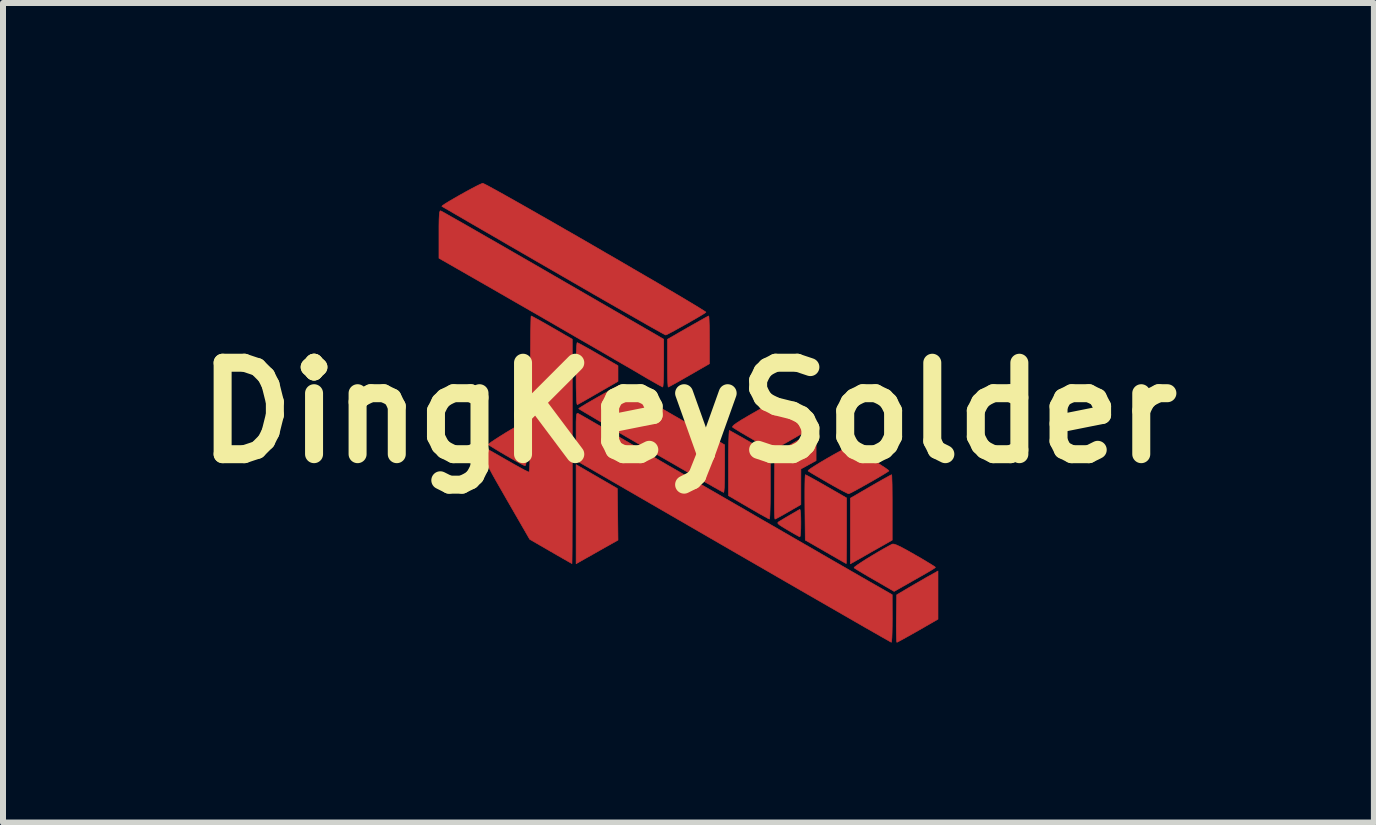
<source format=kicad_pcb>
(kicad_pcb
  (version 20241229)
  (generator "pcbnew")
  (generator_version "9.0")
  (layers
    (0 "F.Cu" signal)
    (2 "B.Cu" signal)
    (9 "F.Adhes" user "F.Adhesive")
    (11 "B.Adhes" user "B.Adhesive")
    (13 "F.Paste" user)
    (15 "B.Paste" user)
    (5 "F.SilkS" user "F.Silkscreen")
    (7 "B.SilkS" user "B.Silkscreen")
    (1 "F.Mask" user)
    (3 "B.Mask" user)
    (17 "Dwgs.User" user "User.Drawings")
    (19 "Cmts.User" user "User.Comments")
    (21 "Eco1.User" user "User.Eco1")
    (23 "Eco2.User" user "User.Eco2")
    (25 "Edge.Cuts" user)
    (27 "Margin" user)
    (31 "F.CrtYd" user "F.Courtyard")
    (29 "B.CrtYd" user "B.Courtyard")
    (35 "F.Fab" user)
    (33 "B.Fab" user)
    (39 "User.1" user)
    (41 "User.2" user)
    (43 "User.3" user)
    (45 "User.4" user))
  (footprint "DingKeySolder"
    (layer "F.Cu")
    (at 8.426 3.831)
    (property "Reference" "DingKeySolder" (at 0 0 0) (layer "F.SilkS") (effects (font (size 1.524 1.524) (thickness 0.3))))
    (attr through_hole exclude_from_pos_files exclude_from_bom)
    (fp_poly (pts (xy -1.186 1.262) (xy -1.18 1.692) (xy -1.175 2.122) (xy -1.381 2.238) (xy -1.484 2.296) (xy -1.591 2.357) (xy -1.687 2.411) (xy -1.73 2.435) (xy -1.873 2.516) (xy -1.873 0.864) (xy -1.186 1.262)) (stroke (width 0.01) (type solid)) (fill yes) (layer "F.Cu"))
    (fp_poly (pts (xy 4.159 3.44) (xy 3.824 3.633) (xy 3.716 3.694) (xy 3.621 3.747) (xy 3.545 3.789) (xy 3.494 3.816) (xy 3.474 3.826) (xy 3.47 3.806) (xy 3.467 3.75) (xy 3.465 3.665) (xy 3.464 3.557) (xy 3.465 3.433) (xy 3.465 3.43) (xy 3.471 3.034) (xy 3.679 2.911) (xy 3.78 2.852) (xy 3.885 2.792) (xy 3.977 2.738) (xy 4.023 2.713) (xy 4.159 2.637) (xy 4.159 3.44)) (stroke (width 0.01) (type solid)) (fill yes) (layer "F.Cu"))
    (fp_poly (pts (xy 3.389 1.052) (xy 3.391 1.109) (xy 3.394 1.197) (xy 3.395 1.311) (xy 3.396 1.444) (xy 3.396 1.577) (xy 3.396 2.122) (xy 3.148 2.263) (xy 3.045 2.321) (xy 2.946 2.378) (xy 2.862 2.426) (xy 2.802 2.459) (xy 2.799 2.461) (xy 2.699 2.517) (xy 2.699 1.423) (xy 3.036 1.227) (xy 3.144 1.165) (xy 3.239 1.111) (xy 3.315 1.069) (xy 3.366 1.041) (xy 3.386 1.032) (xy 3.389 1.052)) (stroke (width 0.01) (type solid)) (fill yes) (layer "F.Cu"))
    (fp_poly (pts (xy 2.127 0.797) (xy 2 0.867) (xy 1.874 0.936) (xy 1.873 1.233) (xy 1.873 1.53) (xy 1.664 1.651) (xy 1.58 1.699) (xy 1.51 1.738) (xy 1.461 1.764) (xy 1.442 1.772) (xy 1.438 1.752) (xy 1.435 1.695) (xy 1.433 1.607) (xy 1.432 1.493) (xy 1.433 1.36) (xy 1.433 1.228) (xy 1.439 0.683) (xy 1.704 0.528) (xy 1.806 0.469) (xy 1.902 0.414) (xy 1.982 0.368) (xy 2.038 0.337) (xy 2.048 0.332) (xy 2.127 0.29) (xy 2.127 0.797)) (stroke (width 0.01) (type solid)) (fill yes) (layer "F.Cu"))
    (fp_poly (pts (xy 0.341 -1.594) (xy 0.344 -1.538) (xy 0.347 -1.453) (xy 0.348 -1.345) (xy 0.349 -1.221) (xy 0.349 -1.216) (xy 0.349 -0.818) (xy 0.011 -0.623) (xy -0.096 -0.562) (xy -0.191 -0.508) (xy -0.267 -0.466) (xy -0.318 -0.438) (xy -0.338 -0.429) (xy -0.341 -0.449) (xy -0.345 -0.505) (xy -0.347 -0.59) (xy -0.349 -0.698) (xy -0.349 -0.822) (xy -0.349 -1.226) (xy -0.012 -1.42) (xy 0.096 -1.481) (xy 0.191 -1.535) (xy 0.266 -1.577) (xy 0.317 -1.605) (xy 0.337 -1.614) (xy 0.341 -1.594)) (stroke (width 0.01) (type solid)) (fill yes) (layer "F.Cu"))
    (fp_poly (pts (xy 1.863 1.625) (xy 1.869 1.676) (xy 1.872 1.752) (xy 1.873 1.835) (xy 1.872 1.928) (xy 1.868 2.004) (xy 1.863 2.053) (xy 1.857 2.067) (xy 1.833 2.056) (xy 1.782 2.028) (xy 1.711 1.987) (xy 1.653 1.953) (xy 1.57 1.903) (xy 1.517 1.869) (xy 1.492 1.846) (xy 1.489 1.831) (xy 1.503 1.817) (xy 1.516 1.809) (xy 1.555 1.786) (xy 1.616 1.749) (xy 1.688 1.707) (xy 1.759 1.666) (xy 1.818 1.631) (xy 1.854 1.611) (xy 1.857 1.609) (xy 1.863 1.625)) (stroke (width 0.01) (type solid)) (fill yes) (layer "F.Cu"))
    (fp_poly (pts (xy -1.832 -1.16) (xy -1.778 -1.131) (xy -1.7 -1.088) (xy -1.604 -1.034) (xy -1.506 -0.977) (xy -1.175 -0.785) (xy -1.175 -0.655) (xy -1.175 -0.524) (xy -1.505 -0.334) (xy -1.612 -0.272) (xy -1.706 -0.218) (xy -1.782 -0.175) (xy -1.834 -0.146) (xy -1.854 -0.136) (xy -1.86 -0.154) (xy -1.865 -0.211) (xy -1.869 -0.302) (xy -1.872 -0.425) (xy -1.873 -0.574) (xy -1.873 -0.649) (xy -1.873 -0.793) (xy -1.871 -0.921) (xy -1.868 -1.028) (xy -1.864 -1.109) (xy -1.859 -1.158) (xy -1.855 -1.17) (xy -1.832 -1.16)) (stroke (width 0.01) (type solid)) (fill yes) (layer "F.Cu"))
    (fp_poly (pts (xy 0.706 0.307) (xy 0.76 0.337) (xy 0.838 0.381) (xy 0.934 0.435) (xy 1.032 0.492) (xy 1.364 0.682) (xy 1.364 1.227) (xy 1.364 1.374) (xy 1.363 1.506) (xy 1.36 1.617) (xy 1.357 1.702) (xy 1.353 1.755) (xy 1.349 1.771) (xy 1.327 1.761) (xy 1.274 1.732) (xy 1.196 1.689) (xy 1.101 1.634) (xy 1 1.576) (xy 0.667 1.381) (xy 0.667 0.834) (xy 0.667 0.688) (xy 0.669 0.556) (xy 0.672 0.446) (xy 0.675 0.362) (xy 0.679 0.31) (xy 0.683 0.294) (xy 0.706 0.307)) (stroke (width 0.01) (type solid)) (fill yes) (layer "F.Cu"))
    (fp_poly (pts (xy 1.97 1.042) (xy 2.022 1.07) (xy 2.099 1.112) (xy 2.195 1.166) (xy 2.298 1.225) (xy 2.635 1.419) (xy 2.635 1.966) (xy 2.635 2.113) (xy 2.634 2.245) (xy 2.633 2.357) (xy 2.632 2.442) (xy 2.631 2.496) (xy 2.63 2.513) (xy 2.611 2.503) (xy 2.561 2.475) (xy 2.486 2.432) (xy 2.392 2.378) (xy 2.286 2.317) (xy 1.947 2.122) (xy 1.941 1.577) (xy 1.94 1.43) (xy 1.94 1.298) (xy 1.941 1.186) (xy 1.943 1.101) (xy 1.946 1.048) (xy 1.949 1.032) (xy 1.97 1.042)) (stroke (width 0.01) (type solid)) (fill yes) (layer "F.Cu"))
    (fp_poly (pts (xy -2.711 0.164) (xy -2.706 0.217) (xy -2.702 0.3) (xy -2.7 0.405) (xy -2.699 0.511) (xy -2.7 0.652) (xy -2.702 0.755) (xy -2.706 0.825) (xy -2.713 0.865) (xy -2.722 0.881) (xy -2.725 0.882) (xy -2.752 0.871) (xy -2.808 0.842) (xy -2.887 0.799) (xy -2.98 0.745) (xy -3.036 0.713) (xy -3.135 0.655) (xy -3.221 0.603) (xy -3.288 0.562) (xy -3.329 0.535) (xy -3.337 0.529) (xy -3.324 0.515) (xy -3.282 0.484) (xy -3.216 0.44) (xy -3.135 0.388) (xy -3.045 0.332) (xy -2.953 0.277) (xy -2.866 0.226) (xy -2.792 0.183) (xy -2.736 0.154) (xy -2.717 0.146) (xy -2.711 0.164)) (stroke (width 0.01) (type solid)) (fill yes) (layer "F.Cu"))
    (fp_poly (pts (xy 1.41 -0.163) (xy 1.461 -0.137) (xy 1.535 -0.098) (xy 1.623 -0.049) (xy 1.72 0.005) (xy 1.818 0.062) (xy 1.91 0.115) (xy 1.989 0.163) (xy 2.048 0.2) (xy 2.08 0.222) (xy 2.084 0.227) (xy 2.066 0.241) (xy 2.015 0.273) (xy 1.936 0.32) (xy 1.833 0.38) (xy 1.711 0.451) (xy 1.573 0.528) (xy 1.491 0.574) (xy 1.395 0.628) (xy 1.078 0.446) (xy 0.973 0.385) (xy 0.879 0.33) (xy 0.804 0.284) (xy 0.754 0.253) (xy 0.736 0.241) (xy 0.736 0.226) (xy 0.758 0.203) (xy 0.806 0.168) (xy 0.884 0.118) (xy 0.996 0.052) (xy 1.041 0.026) (xy 1.148 -0.035) (xy 1.242 -0.089) (xy 1.318 -0.132) (xy 1.368 -0.161) (xy 1.388 -0.171) (xy 1.41 -0.163)) (stroke (width 0.01) (type solid)) (fill yes) (layer "F.Cu"))
    (fp_poly (pts (xy 3.468 2.203) (xy 3.537 2.235) (xy 3.634 2.287) (xy 3.763 2.36) (xy 3.775 2.367) (xy 3.883 2.429) (xy 3.976 2.485) (xy 4.05 2.53) (xy 4.099 2.561) (xy 4.116 2.575) (xy 4.116 2.575) (xy 4.112 2.581) (xy 4.096 2.593) (xy 4.066 2.612) (xy 4.018 2.641) (xy 3.948 2.682) (xy 3.851 2.737) (xy 3.726 2.808) (xy 3.567 2.898) (xy 3.428 2.977) (xy 3.104 2.789) (xy 2.997 2.728) (xy 2.903 2.672) (xy 2.828 2.627) (xy 2.778 2.596) (xy 2.76 2.583) (xy 2.772 2.568) (xy 2.815 2.536) (xy 2.881 2.492) (xy 2.965 2.438) (xy 3.06 2.38) (xy 3.159 2.321) (xy 3.256 2.265) (xy 3.345 2.216) (xy 3.398 2.188) (xy 3.423 2.188) (xy 3.468 2.203)) (stroke (width 0.01) (type solid)) (fill yes) (layer "F.Cu"))
    (fp_poly (pts (xy 2.697 0.579) (xy 2.714 0.585) (xy 2.776 0.616) (xy 2.856 0.66) (xy 2.946 0.712) (xy 3.041 0.768) (xy 3.133 0.824) (xy 3.216 0.877) (xy 3.283 0.921) (xy 3.327 0.953) (xy 3.341 0.969) (xy 3.34 0.969) (xy 3.313 0.988) (xy 3.257 1.023) (xy 3.18 1.069) (xy 3.089 1.122) (xy 2.992 1.177) (xy 2.896 1.231) (xy 2.809 1.279) (xy 2.737 1.318) (xy 2.688 1.342) (xy 2.67 1.349) (xy 2.644 1.339) (xy 2.588 1.311) (xy 2.509 1.269) (xy 2.412 1.215) (xy 2.328 1.167) (xy 2.223 1.106) (xy 2.13 1.052) (xy 2.057 1.009) (xy 2.009 0.979) (xy 1.993 0.969) (xy 2.005 0.953) (xy 2.048 0.921) (xy 2.118 0.876) (xy 2.209 0.82) (xy 2.315 0.758) (xy 2.318 0.756) (xy 2.439 0.687) (xy 2.529 0.638) (xy 2.595 0.604) (xy 2.641 0.585) (xy 2.673 0.578) (xy 2.697 0.579)) (stroke (width 0.01) (type solid)) (fill yes) (layer "F.Cu"))
    (fp_poly (pts (xy -4.11 -3.356) (xy -4.054 -3.325) (xy -3.967 -3.275) (xy -3.85 -3.209) (xy -3.706 -3.127) (xy -3.539 -3.031) (xy -3.349 -2.922) (xy -3.141 -2.803) (xy -2.916 -2.673) (xy -2.676 -2.535) (xy -2.425 -2.39) (xy -2.259 -2.294) (xy -0.413 -1.227) (xy -0.413 -0.828) (xy -0.414 -0.703) (xy -0.416 -0.595) (xy -0.419 -0.509) (xy -0.424 -0.452) (xy -0.429 -0.43) (xy -0.429 -0.43) (xy -0.451 -0.441) (xy -0.504 -0.469) (xy -0.581 -0.513) (xy -0.676 -0.567) (xy -0.773 -0.624) (xy -0.888 -0.692) (xy -1.036 -0.778) (xy -1.213 -0.88) (xy -1.413 -0.997) (xy -1.633 -1.124) (xy -1.869 -1.26) (xy -2.116 -1.403) (xy -2.37 -1.55) (xy -2.627 -1.698) (xy -2.883 -1.845) (xy -3.133 -1.989) (xy -3.373 -2.127) (xy -3.457 -2.175) (xy -4.159 -2.577) (xy -4.159 -2.976) (xy -4.159 -3.119) (xy -4.157 -3.226) (xy -4.153 -3.299) (xy -4.148 -3.343) (xy -4.14 -3.364) (xy -4.132 -3.367) (xy -4.11 -3.356)) (stroke (width 0.01) (type solid)) (fill yes) (layer "F.Cu"))
    (fp_poly (pts (xy -1.12 -0.45) (xy -1.065 -0.421) (xy -0.98 -0.374) (xy -0.871 -0.313) (xy -0.739 -0.238) (xy -0.589 -0.153) (xy -0.425 -0.059) (xy -0.259 0.037) (xy 0.603 0.534) (xy 0.603 0.931) (xy 0.602 1.055) (xy 0.6 1.164) (xy 0.597 1.249) (xy 0.592 1.306) (xy 0.587 1.327) (xy 0.587 1.327) (xy 0.567 1.317) (xy 0.512 1.287) (xy 0.428 1.24) (xy 0.316 1.176) (xy 0.179 1.099) (xy 0.022 1.009) (xy -0.154 0.908) (xy -0.345 0.798) (xy -0.547 0.682) (xy -0.629 0.634) (xy -0.836 0.515) (xy -1.031 0.402) (xy -1.211 0.297) (xy -1.375 0.202) (xy -1.518 0.118) (xy -1.638 0.047) (xy -1.731 -0.008) (xy -1.796 -0.047) (xy -1.827 -0.067) (xy -1.83 -0.069) (xy -1.813 -0.083) (xy -1.765 -0.113) (xy -1.695 -0.156) (xy -1.608 -0.206) (xy -1.512 -0.261) (xy -1.415 -0.316) (xy -1.323 -0.368) (xy -1.243 -0.412) (xy -1.182 -0.443) (xy -1.147 -0.46) (xy -1.142 -0.461) (xy -1.12 -0.45)) (stroke (width 0.01) (type solid)) (fill yes) (layer "F.Cu"))
    (fp_poly (pts (xy -1.838 0.012) (xy -1.832 0.015) (xy -1.806 0.03) (xy -1.748 0.063) (xy -1.659 0.114) (xy -1.543 0.181) (xy -1.403 0.262) (xy -1.242 0.355) (xy -1.063 0.458) (xy -0.87 0.57) (xy -0.665 0.689) (xy -0.577 0.739) (xy -0.349 0.872) (xy -0.114 1.007) (xy 0.12 1.143) (xy 0.35 1.276) (xy 0.569 1.402) (xy 0.773 1.52) (xy 0.955 1.625) (xy 1.111 1.716) (xy 1.227 1.783) (xy 1.396 1.88) (xy 1.576 1.984) (xy 1.756 2.088) (xy 1.929 2.188) (xy 2.084 2.277) (xy 2.213 2.352) (xy 2.222 2.357) (xy 2.374 2.445) (xy 2.546 2.544) (xy 2.723 2.646) (xy 2.89 2.742) (xy 3.01 2.811) (xy 3.396 3.032) (xy 3.397 3.429) (xy 3.396 3.553) (xy 3.394 3.661) (xy 3.391 3.747) (xy 3.386 3.804) (xy 3.381 3.825) (xy 3.381 3.825) (xy 3.361 3.814) (xy 3.307 3.783) (xy 3.22 3.734) (xy 3.103 3.667) (xy 2.957 3.584) (xy 2.785 3.485) (xy 2.589 3.372) (xy 2.37 3.246) (xy 2.132 3.109) (xy 1.875 2.961) (xy 1.603 2.804) (xy 1.316 2.638) (xy 1.018 2.466) (xy 0.746 2.309) (xy -1.873 0.794) (xy -1.873 0.394) (xy -1.873 0.254) (xy -1.873 0.152) (xy -1.87 0.082) (xy -1.866 0.038) (xy -1.86 0.015) (xy -1.851 0.008) (xy -1.838 0.012)) (stroke (width 0.01) (type solid)) (fill yes) (layer "F.Cu"))
    (fp_poly (pts (xy -3.405 -3.815) (xy -3.347 -3.786) (xy -3.26 -3.738) (xy -3.145 -3.675) (xy -3.006 -3.597) (xy -2.846 -3.507) (xy -2.668 -3.406) (xy -2.474 -3.295) (xy -2.268 -3.178) (xy -2.053 -3.054) (xy -1.831 -2.927) (xy -1.606 -2.797) (xy -1.381 -2.666) (xy -1.157 -2.537) (xy -0.94 -2.41) (xy -0.73 -2.288) (xy -0.532 -2.173) (xy -0.349 -2.065) (xy -0.182 -1.967) (xy -0.036 -1.88) (xy 0.087 -1.806) (xy 0.184 -1.747) (xy 0.251 -1.705) (xy 0.287 -1.681) (xy 0.291 -1.676) (xy 0.265 -1.657) (xy 0.209 -1.623) (xy 0.133 -1.578) (xy 0.042 -1.526) (xy -0.054 -1.471) (xy -0.151 -1.417) (xy -0.239 -1.368) (xy -0.311 -1.33) (xy -0.361 -1.304) (xy -0.38 -1.297) (xy -0.401 -1.307) (xy -0.456 -1.337) (xy -0.543 -1.386) (xy -0.66 -1.451) (xy -0.803 -1.533) (xy -0.97 -1.628) (xy -1.159 -1.736) (xy -1.367 -1.855) (xy -1.592 -1.984) (xy -1.831 -2.122) (xy -2.082 -2.267) (xy -2.253 -2.366) (xy -2.51 -2.514) (xy -2.757 -2.657) (xy -2.991 -2.792) (xy -3.209 -2.919) (xy -3.41 -3.035) (xy -3.59 -3.139) (xy -3.748 -3.231) (xy -3.881 -3.308) (xy -3.985 -3.369) (xy -4.06 -3.412) (xy -4.102 -3.437) (xy -4.111 -3.442) (xy -4.098 -3.456) (xy -4.054 -3.486) (xy -3.987 -3.527) (xy -3.903 -3.576) (xy -3.809 -3.63) (xy -3.712 -3.684) (xy -3.62 -3.734) (xy -3.538 -3.777) (xy -3.475 -3.808) (xy -3.436 -3.824) (xy -3.429 -3.826) (xy -3.405 -3.815)) (stroke (width 0.01) (type solid)) (fill yes) (layer "F.Cu"))
    (fp_poly (pts (xy -2.6 -1.604) (xy -2.548 -1.576) (xy -2.471 -1.534) (xy -2.376 -1.48) (xy -2.273 -1.421) (xy -1.937 -1.227) (xy -1.937 0.643) (xy -1.937 0.92) (xy -1.937 1.185) (xy -1.937 1.435) (xy -1.938 1.666) (xy -1.938 1.875) (xy -1.939 2.06) (xy -1.939 2.218) (xy -1.94 2.345) (xy -1.941 2.439) (xy -1.942 2.496) (xy -1.942 2.513) (xy -1.961 2.503) (xy -2.011 2.475) (xy -2.086 2.432) (xy -2.181 2.378) (xy -2.289 2.315) (xy -2.297 2.311) (xy -2.646 2.109) (xy -3.022 1.457) (xy -3.121 1.284) (xy -3.202 1.143) (xy -3.265 1.031) (xy -3.312 0.942) (xy -3.347 0.874) (xy -3.371 0.821) (xy -3.386 0.78) (xy -3.394 0.747) (xy -3.397 0.716) (xy -3.397 0.696) (xy -3.396 0.635) (xy -3.392 0.595) (xy -3.388 0.587) (xy -3.368 0.597) (xy -3.317 0.625) (xy -3.241 0.668) (xy -3.146 0.722) (xy -3.037 0.785) (xy -3.031 0.788) (xy -2.921 0.851) (xy -2.822 0.906) (xy -2.742 0.95) (xy -2.685 0.978) (xy -2.659 0.989) (xy -2.659 0.989) (xy -2.654 0.976) (xy -2.649 0.934) (xy -2.645 0.863) (xy -2.642 0.759) (xy -2.64 0.623) (xy -2.638 0.451) (xy -2.637 0.242) (xy -2.636 -0.005) (xy -2.635 -0.293) (xy -2.635 -0.312) (xy -2.635 -0.543) (xy -2.635 -0.76) (xy -2.634 -0.961) (xy -2.632 -1.142) (xy -2.631 -1.298) (xy -2.629 -1.427) (xy -2.627 -1.526) (xy -2.625 -1.589) (xy -2.622 -1.614) (xy -2.622 -1.614) (xy -2.6 -1.604)) (stroke (width 0.01) (type solid)) (fill yes) (layer "F.Cu"))
    (fp_poly (pts (xy -1.186 1.262) (xy -1.18 1.692) (xy -1.175 2.122) (xy -1.381 2.238) (xy -1.484 2.296) (xy -1.591 2.357) (xy -1.687 2.411) (xy -1.73 2.435) (xy -1.873 2.516) (xy -1.873 0.864) (xy -1.186 1.262)) (stroke (width 0.01) (type solid)) (fill yes) (layer "F.Mask"))
    (fp_poly (pts (xy 4.159 3.44) (xy 3.824 3.633) (xy 3.716 3.694) (xy 3.621 3.747) (xy 3.545 3.789) (xy 3.494 3.816) (xy 3.474 3.826) (xy 3.47 3.806) (xy 3.467 3.75) (xy 3.465 3.665) (xy 3.464 3.557) (xy 3.465 3.433) (xy 3.465 3.43) (xy 3.471 3.034) (xy 3.679 2.911) (xy 3.78 2.852) (xy 3.885 2.792) (xy 3.977 2.738) (xy 4.023 2.713) (xy 4.159 2.637) (xy 4.159 3.44)) (stroke (width 0.01) (type solid)) (fill yes) (layer "F.Mask"))
    (fp_poly (pts (xy 3.389 1.052) (xy 3.391 1.109) (xy 3.394 1.197) (xy 3.395 1.311) (xy 3.396 1.444) (xy 3.396 1.577) (xy 3.396 2.122) (xy 3.148 2.263) (xy 3.045 2.321) (xy 2.946 2.378) (xy 2.862 2.426) (xy 2.802 2.459) (xy 2.799 2.461) (xy 2.699 2.517) (xy 2.699 1.423) (xy 3.036 1.227) (xy 3.144 1.165) (xy 3.239 1.111) (xy 3.315 1.069) (xy 3.366 1.041) (xy 3.386 1.032) (xy 3.389 1.052)) (stroke (width 0.01) (type solid)) (fill yes) (layer "F.Mask"))
    (fp_poly (pts (xy 2.127 0.797) (xy 2 0.867) (xy 1.874 0.936) (xy 1.873 1.233) (xy 1.873 1.53) (xy 1.664 1.651) (xy 1.58 1.699) (xy 1.51 1.738) (xy 1.461 1.764) (xy 1.442 1.772) (xy 1.438 1.752) (xy 1.435 1.695) (xy 1.433 1.607) (xy 1.432 1.493) (xy 1.433 1.36) (xy 1.433 1.228) (xy 1.439 0.683) (xy 1.704 0.528) (xy 1.806 0.469) (xy 1.902 0.414) (xy 1.982 0.368) (xy 2.038 0.337) (xy 2.048 0.332) (xy 2.127 0.29) (xy 2.127 0.797)) (stroke (width 0.01) (type solid)) (fill yes) (layer "F.Mask"))
    (fp_poly (pts (xy 0.341 -1.594) (xy 0.344 -1.538) (xy 0.347 -1.453) (xy 0.348 -1.345) (xy 0.349 -1.221) (xy 0.349 -1.216) (xy 0.349 -0.818) (xy 0.011 -0.623) (xy -0.096 -0.562) (xy -0.191 -0.508) (xy -0.267 -0.466) (xy -0.318 -0.438) (xy -0.338 -0.429) (xy -0.341 -0.449) (xy -0.345 -0.505) (xy -0.347 -0.59) (xy -0.349 -0.698) (xy -0.349 -0.822) (xy -0.349 -1.226) (xy -0.012 -1.42) (xy 0.096 -1.481) (xy 0.191 -1.535) (xy 0.266 -1.577) (xy 0.317 -1.605) (xy 0.337 -1.614) (xy 0.341 -1.594)) (stroke (width 0.01) (type solid)) (fill yes) (layer "F.Mask"))
    (fp_poly (pts (xy 1.863 1.625) (xy 1.869 1.676) (xy 1.872 1.752) (xy 1.873 1.835) (xy 1.872 1.928) (xy 1.868 2.004) (xy 1.863 2.053) (xy 1.857 2.067) (xy 1.833 2.056) (xy 1.782 2.028) (xy 1.711 1.987) (xy 1.653 1.953) (xy 1.57 1.903) (xy 1.517 1.869) (xy 1.492 1.846) (xy 1.489 1.831) (xy 1.503 1.817) (xy 1.516 1.809) (xy 1.555 1.786) (xy 1.616 1.749) (xy 1.688 1.707) (xy 1.759 1.666) (xy 1.818 1.631) (xy 1.854 1.611) (xy 1.857 1.609) (xy 1.863 1.625)) (stroke (width 0.01) (type solid)) (fill yes) (layer "F.Mask"))
    (fp_poly (pts (xy -1.832 -1.16) (xy -1.778 -1.131) (xy -1.7 -1.088) (xy -1.604 -1.034) (xy -1.506 -0.977) (xy -1.175 -0.785) (xy -1.175 -0.655) (xy -1.175 -0.524) (xy -1.505 -0.334) (xy -1.612 -0.272) (xy -1.706 -0.218) (xy -1.782 -0.175) (xy -1.834 -0.146) (xy -1.854 -0.136) (xy -1.86 -0.154) (xy -1.865 -0.211) (xy -1.869 -0.302) (xy -1.872 -0.425) (xy -1.873 -0.574) (xy -1.873 -0.649) (xy -1.873 -0.793) (xy -1.871 -0.921) (xy -1.868 -1.028) (xy -1.864 -1.109) (xy -1.859 -1.158) (xy -1.855 -1.17) (xy -1.832 -1.16)) (stroke (width 0.01) (type solid)) (fill yes) (layer "F.Mask"))
    (fp_poly (pts (xy 0.706 0.307) (xy 0.76 0.337) (xy 0.838 0.381) (xy 0.934 0.435) (xy 1.032 0.492) (xy 1.364 0.682) (xy 1.364 1.227) (xy 1.364 1.374) (xy 1.363 1.506) (xy 1.36 1.617) (xy 1.357 1.702) (xy 1.353 1.755) (xy 1.349 1.771) (xy 1.327 1.761) (xy 1.274 1.732) (xy 1.196 1.689) (xy 1.101 1.634) (xy 1 1.576) (xy 0.667 1.381) (xy 0.667 0.834) (xy 0.667 0.688) (xy 0.669 0.556) (xy 0.672 0.446) (xy 0.675 0.362) (xy 0.679 0.31) (xy 0.683 0.294) (xy 0.706 0.307)) (stroke (width 0.01) (type solid)) (fill yes) (layer "F.Mask"))
    (fp_poly (pts (xy 1.97 1.042) (xy 2.022 1.07) (xy 2.099 1.112) (xy 2.195 1.166) (xy 2.298 1.225) (xy 2.635 1.419) (xy 2.635 1.966) (xy 2.635 2.113) (xy 2.634 2.245) (xy 2.633 2.357) (xy 2.632 2.442) (xy 2.631 2.496) (xy 2.63 2.513) (xy 2.611 2.503) (xy 2.561 2.475) (xy 2.486 2.432) (xy 2.392 2.378) (xy 2.286 2.317) (xy 1.947 2.122) (xy 1.941 1.577) (xy 1.94 1.43) (xy 1.94 1.298) (xy 1.941 1.186) (xy 1.943 1.101) (xy 1.946 1.048) (xy 1.949 1.032) (xy 1.97 1.042)) (stroke (width 0.01) (type solid)) (fill yes) (layer "F.Mask"))
    (fp_poly (pts (xy -2.711 0.164) (xy -2.706 0.217) (xy -2.702 0.3) (xy -2.7 0.405) (xy -2.699 0.511) (xy -2.7 0.652) (xy -2.702 0.755) (xy -2.706 0.825) (xy -2.713 0.865) (xy -2.722 0.881) (xy -2.725 0.882) (xy -2.752 0.871) (xy -2.808 0.842) (xy -2.887 0.799) (xy -2.98 0.745) (xy -3.036 0.713) (xy -3.135 0.655) (xy -3.221 0.603) (xy -3.288 0.562) (xy -3.329 0.535) (xy -3.337 0.529) (xy -3.324 0.515) (xy -3.282 0.484) (xy -3.216 0.44) (xy -3.135 0.388) (xy -3.045 0.332) (xy -2.953 0.277) (xy -2.866 0.226) (xy -2.792 0.183) (xy -2.736 0.154) (xy -2.717 0.146) (xy -2.711 0.164)) (stroke (width 0.01) (type solid)) (fill yes) (layer "F.Mask"))
    (fp_poly (pts (xy 1.41 -0.163) (xy 1.461 -0.137) (xy 1.535 -0.098) (xy 1.623 -0.049) (xy 1.72 0.005) (xy 1.818 0.062) (xy 1.91 0.115) (xy 1.989 0.163) (xy 2.048 0.2) (xy 2.08 0.222) (xy 2.084 0.227) (xy 2.066 0.241) (xy 2.015 0.273) (xy 1.936 0.32) (xy 1.833 0.38) (xy 1.711 0.451) (xy 1.573 0.528) (xy 1.491 0.574) (xy 1.395 0.628) (xy 1.078 0.446) (xy 0.973 0.385) (xy 0.879 0.33) (xy 0.804 0.284) (xy 0.754 0.253) (xy 0.736 0.241) (xy 0.736 0.226) (xy 0.758 0.203) (xy 0.806 0.168) (xy 0.884 0.118) (xy 0.996 0.052) (xy 1.041 0.026) (xy 1.148 -0.035) (xy 1.242 -0.089) (xy 1.318 -0.132) (xy 1.368 -0.161) (xy 1.388 -0.171) (xy 1.41 -0.163)) (stroke (width 0.01) (type solid)) (fill yes) (layer "F.Mask"))
    (fp_poly (pts (xy 3.468 2.203) (xy 3.537 2.235) (xy 3.634 2.287) (xy 3.763 2.36) (xy 3.775 2.367) (xy 3.883 2.429) (xy 3.976 2.485) (xy 4.05 2.53) (xy 4.099 2.561) (xy 4.116 2.575) (xy 4.116 2.575) (xy 4.112 2.581) (xy 4.096 2.593) (xy 4.066 2.612) (xy 4.018 2.641) (xy 3.948 2.682) (xy 3.851 2.737) (xy 3.726 2.808) (xy 3.567 2.898) (xy 3.428 2.977) (xy 3.104 2.789) (xy 2.997 2.728) (xy 2.903 2.672) (xy 2.828 2.627) (xy 2.778 2.596) (xy 2.76 2.583) (xy 2.772 2.568) (xy 2.815 2.536) (xy 2.881 2.492) (xy 2.965 2.438) (xy 3.06 2.38) (xy 3.159 2.321) (xy 3.256 2.265) (xy 3.345 2.216) (xy 3.398 2.188) (xy 3.423 2.188) (xy 3.468 2.203)) (stroke (width 0.01) (type solid)) (fill yes) (layer "F.Mask"))
    (fp_poly (pts (xy 2.697 0.579) (xy 2.714 0.585) (xy 2.776 0.616) (xy 2.856 0.66) (xy 2.946 0.712) (xy 3.041 0.768) (xy 3.133 0.824) (xy 3.216 0.877) (xy 3.283 0.921) (xy 3.327 0.953) (xy 3.341 0.969) (xy 3.34 0.969) (xy 3.313 0.988) (xy 3.257 1.023) (xy 3.18 1.069) (xy 3.089 1.122) (xy 2.992 1.177) (xy 2.896 1.231) (xy 2.809 1.279) (xy 2.737 1.318) (xy 2.688 1.342) (xy 2.67 1.349) (xy 2.644 1.339) (xy 2.588 1.311) (xy 2.509 1.269) (xy 2.412 1.215) (xy 2.328 1.167) (xy 2.223 1.106) (xy 2.13 1.052) (xy 2.057 1.009) (xy 2.009 0.979) (xy 1.993 0.969) (xy 2.005 0.953) (xy 2.048 0.921) (xy 2.118 0.876) (xy 2.209 0.82) (xy 2.315 0.758) (xy 2.318 0.756) (xy 2.439 0.687) (xy 2.529 0.638) (xy 2.595 0.604) (xy 2.641 0.585) (xy 2.673 0.578) (xy 2.697 0.579)) (stroke (width 0.01) (type solid)) (fill yes) (layer "F.Mask"))
    (fp_poly (pts (xy -4.11 -3.356) (xy -4.054 -3.325) (xy -3.967 -3.275) (xy -3.85 -3.209) (xy -3.706 -3.127) (xy -3.539 -3.031) (xy -3.349 -2.922) (xy -3.141 -2.803) (xy -2.916 -2.673) (xy -2.676 -2.535) (xy -2.425 -2.39) (xy -2.259 -2.294) (xy -0.413 -1.227) (xy -0.413 -0.828) (xy -0.414 -0.703) (xy -0.416 -0.595) (xy -0.419 -0.509) (xy -0.424 -0.452) (xy -0.429 -0.43) (xy -0.429 -0.43) (xy -0.451 -0.441) (xy -0.504 -0.469) (xy -0.581 -0.513) (xy -0.676 -0.567) (xy -0.773 -0.624) (xy -0.888 -0.692) (xy -1.036 -0.778) (xy -1.213 -0.88) (xy -1.413 -0.997) (xy -1.633 -1.124) (xy -1.869 -1.26) (xy -2.116 -1.403) (xy -2.37 -1.55) (xy -2.627 -1.698) (xy -2.883 -1.845) (xy -3.133 -1.989) (xy -3.373 -2.127) (xy -3.457 -2.175) (xy -4.159 -2.577) (xy -4.159 -2.976) (xy -4.159 -3.119) (xy -4.157 -3.226) (xy -4.153 -3.299) (xy -4.148 -3.343) (xy -4.14 -3.364) (xy -4.132 -3.367) (xy -4.11 -3.356)) (stroke (width 0.01) (type solid)) (fill yes) (layer "F.Mask"))
    (fp_poly (pts (xy -1.12 -0.45) (xy -1.065 -0.421) (xy -0.98 -0.374) (xy -0.871 -0.313) (xy -0.739 -0.238) (xy -0.589 -0.153) (xy -0.425 -0.059) (xy -0.259 0.037) (xy 0.603 0.534) (xy 0.603 0.931) (xy 0.602 1.055) (xy 0.6 1.164) (xy 0.597 1.249) (xy 0.592 1.306) (xy 0.587 1.327) (xy 0.587 1.327) (xy 0.567 1.317) (xy 0.512 1.287) (xy 0.428 1.24) (xy 0.316 1.176) (xy 0.179 1.099) (xy 0.022 1.009) (xy -0.154 0.908) (xy -0.345 0.798) (xy -0.547 0.682) (xy -0.629 0.634) (xy -0.836 0.515) (xy -1.031 0.402) (xy -1.211 0.297) (xy -1.375 0.202) (xy -1.518 0.118) (xy -1.638 0.047) (xy -1.731 -0.008) (xy -1.796 -0.047) (xy -1.827 -0.067) (xy -1.83 -0.069) (xy -1.813 -0.083) (xy -1.765 -0.113) (xy -1.695 -0.156) (xy -1.608 -0.206) (xy -1.512 -0.261) (xy -1.415 -0.316) (xy -1.323 -0.368) (xy -1.243 -0.412) (xy -1.182 -0.443) (xy -1.147 -0.46) (xy -1.142 -0.461) (xy -1.12 -0.45)) (stroke (width 0.01) (type solid)) (fill yes) (layer "F.Mask"))
    (fp_poly (pts (xy -1.838 0.012) (xy -1.832 0.015) (xy -1.806 0.03) (xy -1.748 0.063) (xy -1.659 0.114) (xy -1.543 0.181) (xy -1.403 0.262) (xy -1.242 0.355) (xy -1.063 0.458) (xy -0.87 0.57) (xy -0.665 0.689) (xy -0.577 0.739) (xy -0.349 0.872) (xy -0.114 1.007) (xy 0.12 1.143) (xy 0.35 1.276) (xy 0.569 1.402) (xy 0.773 1.52) (xy 0.955 1.625) (xy 1.111 1.716) (xy 1.227 1.783) (xy 1.396 1.88) (xy 1.576 1.984) (xy 1.756 2.088) (xy 1.929 2.188) (xy 2.084 2.277) (xy 2.213 2.352) (xy 2.222 2.357) (xy 2.374 2.445) (xy 2.546 2.544) (xy 2.723 2.646) (xy 2.89 2.742) (xy 3.01 2.811) (xy 3.396 3.032) (xy 3.397 3.429) (xy 3.396 3.553) (xy 3.394 3.661) (xy 3.391 3.747) (xy 3.386 3.804) (xy 3.381 3.825) (xy 3.381 3.825) (xy 3.361 3.814) (xy 3.307 3.783) (xy 3.22 3.734) (xy 3.103 3.667) (xy 2.957 3.584) (xy 2.785 3.485) (xy 2.589 3.372) (xy 2.37 3.246) (xy 2.132 3.109) (xy 1.875 2.961) (xy 1.603 2.804) (xy 1.316 2.638) (xy 1.018 2.466) (xy 0.746 2.309) (xy -1.873 0.794) (xy -1.873 0.394) (xy -1.873 0.254) (xy -1.873 0.152) (xy -1.87 0.082) (xy -1.866 0.038) (xy -1.86 0.015) (xy -1.851 0.008) (xy -1.838 0.012)) (stroke (width 0.01) (type solid)) (fill yes) (layer "F.Mask"))
    (fp_poly (pts (xy -3.405 -3.815) (xy -3.347 -3.786) (xy -3.26 -3.738) (xy -3.145 -3.675) (xy -3.006 -3.597) (xy -2.846 -3.507) (xy -2.668 -3.406) (xy -2.474 -3.295) (xy -2.268 -3.178) (xy -2.053 -3.054) (xy -1.831 -2.927) (xy -1.606 -2.797) (xy -1.381 -2.666) (xy -1.157 -2.537) (xy -0.94 -2.41) (xy -0.73 -2.288) (xy -0.532 -2.173) (xy -0.349 -2.065) (xy -0.182 -1.967) (xy -0.036 -1.88) (xy 0.087 -1.806) (xy 0.184 -1.747) (xy 0.251 -1.705) (xy 0.287 -1.681) (xy 0.291 -1.676) (xy 0.265 -1.657) (xy 0.209 -1.623) (xy 0.133 -1.578) (xy 0.042 -1.526) (xy -0.054 -1.471) (xy -0.151 -1.417) (xy -0.239 -1.368) (xy -0.311 -1.33) (xy -0.361 -1.304) (xy -0.38 -1.297) (xy -0.401 -1.307) (xy -0.456 -1.337) (xy -0.543 -1.386) (xy -0.66 -1.451) (xy -0.803 -1.533) (xy -0.97 -1.628) (xy -1.159 -1.736) (xy -1.367 -1.855) (xy -1.592 -1.984) (xy -1.831 -2.122) (xy -2.082 -2.267) (xy -2.253 -2.366) (xy -2.51 -2.514) (xy -2.757 -2.657) (xy -2.991 -2.792) (xy -3.209 -2.919) (xy -3.41 -3.035) (xy -3.59 -3.139) (xy -3.748 -3.231) (xy -3.881 -3.308) (xy -3.985 -3.369) (xy -4.06 -3.412) (xy -4.102 -3.437) (xy -4.111 -3.442) (xy -4.098 -3.456) (xy -4.054 -3.486) (xy -3.987 -3.527) (xy -3.903 -3.576) (xy -3.809 -3.63) (xy -3.712 -3.684) (xy -3.62 -3.734) (xy -3.538 -3.777) (xy -3.475 -3.808) (xy -3.436 -3.824) (xy -3.429 -3.826) (xy -3.405 -3.815)) (stroke (width 0.01) (type solid)) (fill yes) (layer "F.Mask"))
    (fp_poly (pts (xy -2.6 -1.604) (xy -2.548 -1.576) (xy -2.471 -1.534) (xy -2.376 -1.48) (xy -2.273 -1.421) (xy -1.937 -1.227) (xy -1.937 0.643) (xy -1.937 0.92) (xy -1.937 1.185) (xy -1.937 1.435) (xy -1.938 1.666) (xy -1.938 1.875) (xy -1.939 2.06) (xy -1.939 2.218) (xy -1.94 2.345) (xy -1.941 2.439) (xy -1.942 2.496) (xy -1.942 2.513) (xy -1.961 2.503) (xy -2.011 2.475) (xy -2.086 2.432) (xy -2.181 2.378) (xy -2.289 2.315) (xy -2.297 2.311) (xy -2.646 2.109) (xy -3.022 1.457) (xy -3.121 1.284) (xy -3.202 1.143) (xy -3.265 1.031) (xy -3.312 0.942) (xy -3.347 0.874) (xy -3.371 0.821) (xy -3.386 0.78) (xy -3.394 0.747) (xy -3.397 0.716) (xy -3.397 0.696) (xy -3.396 0.635) (xy -3.392 0.595) (xy -3.388 0.587) (xy -3.368 0.597) (xy -3.317 0.625) (xy -3.241 0.668) (xy -3.146 0.722) (xy -3.037 0.785) (xy -3.031 0.788) (xy -2.921 0.851) (xy -2.822 0.906) (xy -2.742 0.95) (xy -2.685 0.978) (xy -2.659 0.989) (xy -2.659 0.989) (xy -2.654 0.976) (xy -2.649 0.934) (xy -2.645 0.863) (xy -2.642 0.759) (xy -2.64 0.623) (xy -2.638 0.451) (xy -2.637 0.242) (xy -2.636 -0.005) (xy -2.635 -0.293) (xy -2.635 -0.312) (xy -2.635 -0.543) (xy -2.635 -0.76) (xy -2.634 -0.961) (xy -2.632 -1.142) (xy -2.631 -1.298) (xy -2.629 -1.427) (xy -2.627 -1.526) (xy -2.625 -1.589) (xy -2.622 -1.614) (xy -2.622 -1.614) (xy -2.6 -1.604)) (stroke (width 0.01) (type solid)) (fill yes) (layer "F.Mask")))
  (gr_rect
    (start -3 -3)
    (end 19.851 10.661)
    (stroke (width 0.1) (type default))
    (fill no)
    (layer "Edge.Cuts")))
</source>
